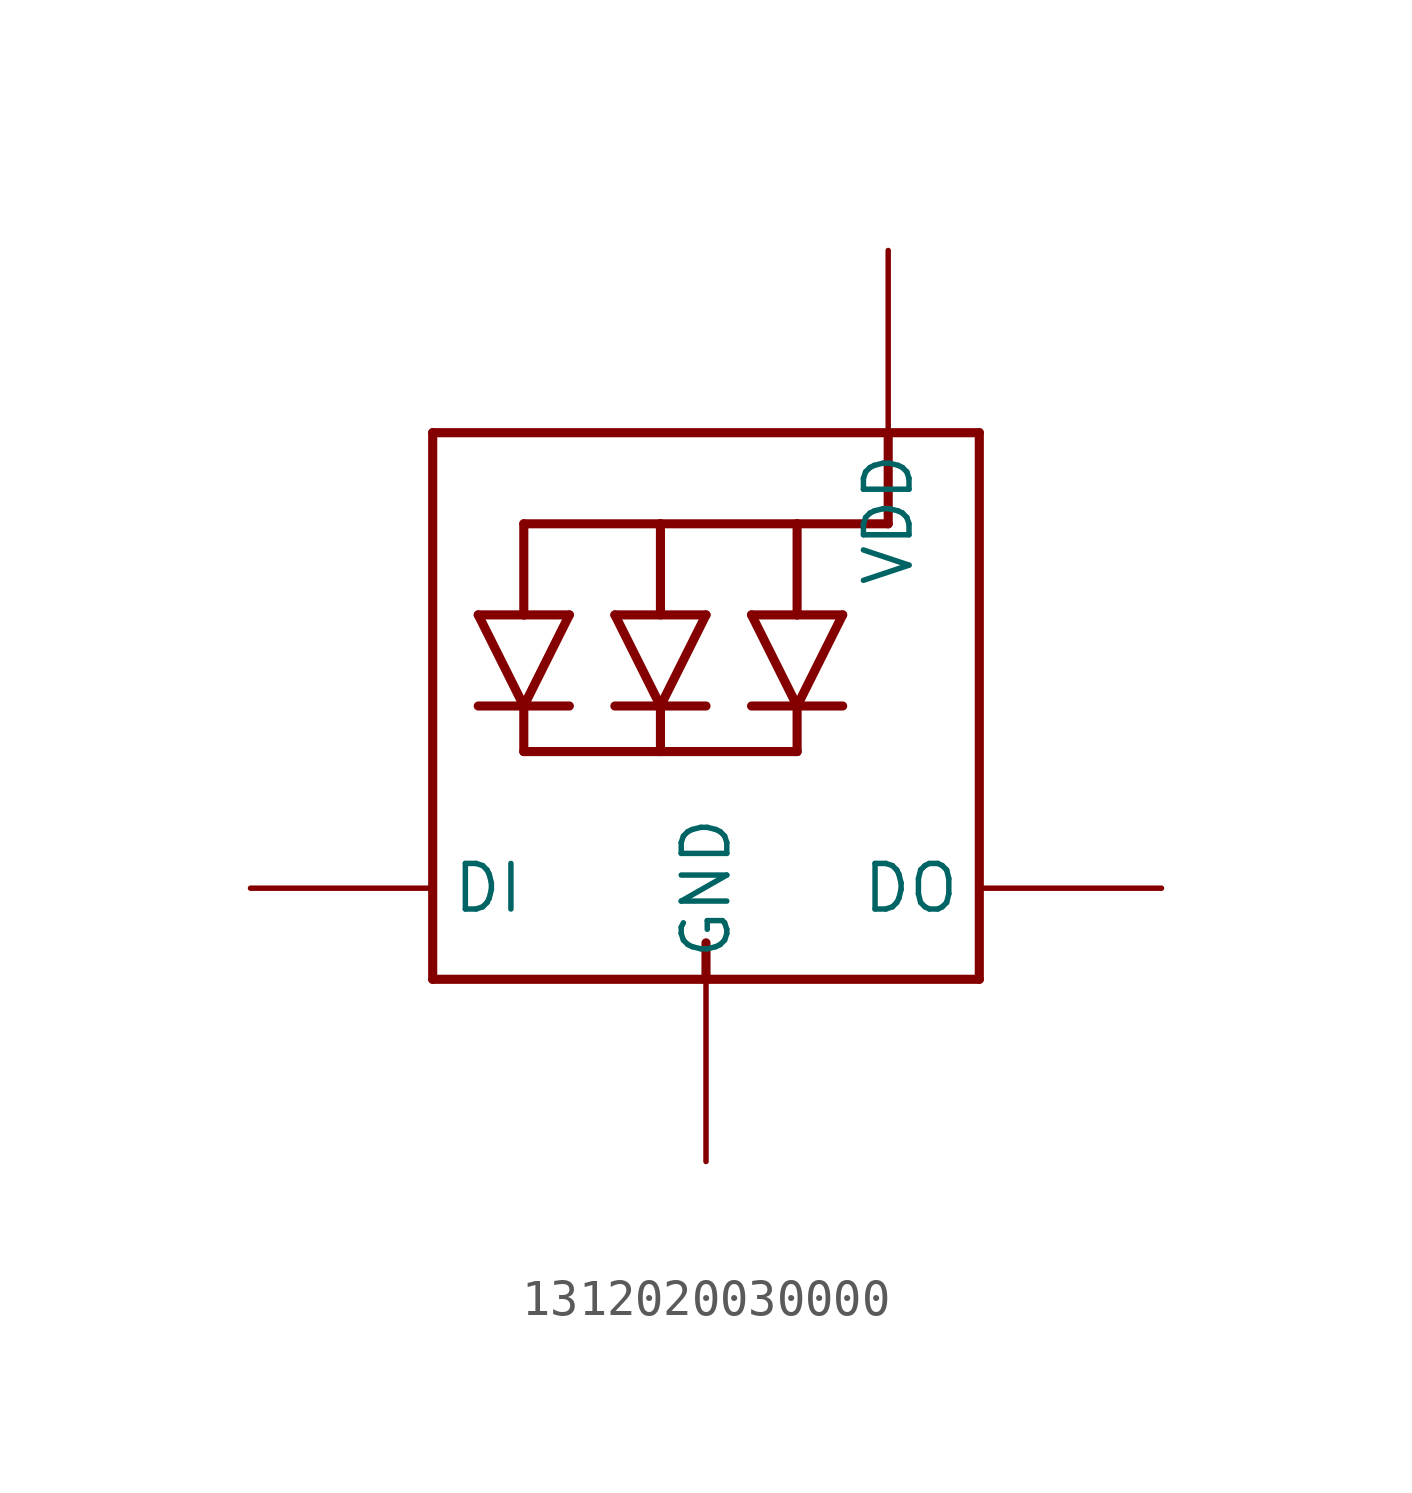
<source format=kicad_sym>
(kicad_symbol_lib
  (version 20231120)
  (generator "kicad_symbol_editor")
  (generator_version "8.0")
  (symbol "1312020030000"
    (property "Reference" ""
      (at -5.08 12.7 0)
      (effects (font (size 1.778 1.511)) (justify left bottom) (hide yes)))
    (property "ki_locked" ""
      (at 0 0 0)
      (effects (font (size 1.27 1.27))))
    (symbol "1312020030000_1_0"
      (polyline (pts (xy -7.62 -5.08) (xy 0 -5.08)) (stroke (width 0.254) (type solid)) (fill (type none)))
      (polyline (pts (xy -7.62 10.16) (xy -7.62 -5.08)) (stroke (width 0.254) (type solid)) (fill (type none)))
      (polyline (pts (xy -6.35 2.54) (xy -5.08 2.54)) (stroke (width 0.254) (type solid)) (fill (type none)))
      (polyline (pts (xy -6.35 5.08) (xy -5.08 5.08)) (stroke (width 0.254) (type solid)) (fill (type none)))
      (polyline (pts (xy -5.08 2.54) (xy -6.35 5.08)) (stroke (width 0.254) (type solid)) (fill (type none)))
      (polyline (pts (xy -5.08 2.54) (xy -5.08 1.27)) (stroke (width 0.254) (type solid)) (fill (type none)))
      (polyline (pts (xy -5.08 2.54) (xy -3.81 5.08)) (stroke (width 0.254) (type solid)) (fill (type none)))
      (polyline (pts (xy -5.08 5.08) (xy -3.81 5.08)) (stroke (width 0.254) (type solid)) (fill (type none)))
      (polyline (pts (xy -5.08 7.62) (xy -5.08 5.08)) (stroke (width 0.254) (type solid)) (fill (type none)))
      (polyline (pts (xy -3.81 2.54) (xy -5.08 2.54)) (stroke (width 0.254) (type solid)) (fill (type none)))
      (polyline (pts (xy -2.54 2.54) (xy -1.27 2.54)) (stroke (width 0.254) (type solid)) (fill (type none)))
      (polyline (pts (xy -2.54 5.08) (xy 0 5.08)) (stroke (width 0.254) (type solid)) (fill (type none)))
      (polyline (pts (xy -1.27 1.27) (xy -5.08 1.27)) (stroke (width 0.254) (type solid)) (fill (type none)))
      (polyline (pts (xy -1.27 2.54) (xy -2.54 5.08)) (stroke (width 0.254) (type solid)) (fill (type none)))
      (polyline (pts (xy -1.27 2.54) (xy -1.27 1.27)) (stroke (width 0.254) (type solid)) (fill (type none)))
      (polyline (pts (xy -1.27 2.54) (xy 0 2.54)) (stroke (width 0.254) (type solid)) (fill (type none)))
      (polyline (pts (xy -1.27 5.08) (xy -1.27 7.62)) (stroke (width 0.254) (type solid)) (fill (type none)))
      (polyline (pts (xy -1.27 7.62) (xy -5.08 7.62)) (stroke (width 0.254) (type solid)) (fill (type none)))
      (polyline (pts (xy 0 -5.08) (xy 7.62 -5.08)) (stroke (width 0.254) (type solid)) (fill (type none)))
      (polyline (pts (xy 0 -4.064) (xy 0 -5.08)) (stroke (width 0.254) (type solid)) (fill (type none)))
      (polyline (pts (xy 0 5.08) (xy -1.27 2.54)) (stroke (width 0.254) (type solid)) (fill (type none)))
      (polyline (pts (xy 1.27 5.08) (xy 2.54 2.54)) (stroke (width 0.254) (type solid)) (fill (type none)))
      (polyline (pts (xy 1.27 5.08) (xy 2.54 5.08)) (stroke (width 0.254) (type solid)) (fill (type none)))
      (polyline (pts (xy 2.54 1.27) (xy -1.27 1.27)) (stroke (width 0.254) (type solid)) (fill (type none)))
      (polyline (pts (xy 2.54 2.54) (xy 1.27 2.54)) (stroke (width 0.254) (type solid)) (fill (type none)))
      (polyline (pts (xy 2.54 2.54) (xy 2.54 1.27)) (stroke (width 0.254) (type solid)) (fill (type none)))
      (polyline (pts (xy 2.54 2.54) (xy 3.81 2.54)) (stroke (width 0.254) (type solid)) (fill (type none)))
      (polyline (pts (xy 2.54 2.54) (xy 3.81 5.08)) (stroke (width 0.254) (type solid)) (fill (type none)))
      (polyline (pts (xy 2.54 5.08) (xy 2.54 7.62)) (stroke (width 0.254) (type solid)) (fill (type none)))
      (polyline (pts (xy 2.54 7.62) (xy -1.27 7.62)) (stroke (width 0.254) (type solid)) (fill (type none)))
      (polyline (pts (xy 2.54 7.62) (xy 5.08 7.62)) (stroke (width 0.254) (type solid)) (fill (type none)))
      (polyline (pts (xy 3.81 5.08) (xy 2.54 5.08)) (stroke (width 0.254) (type solid)) (fill (type none)))
      (polyline (pts (xy 5.08 10.16) (xy -7.62 10.16)) (stroke (width 0.254) (type solid)) (fill (type none)))
      (polyline (pts (xy 5.08 10.16) (xy 5.08 7.62)) (stroke (width 0.254) (type solid)) (fill (type none)))
      (polyline (pts (xy 7.62 -5.08) (xy 7.62 10.16)) (stroke (width 0.254) (type solid)) (fill (type none)))
      (polyline (pts (xy 7.62 10.16) (xy 5.08 10.16)) (stroke (width 0.254) (type solid)) (fill (type none)))
      (pin output line (at 12.7 -2.54 180) (length 5.08) (name "DO" (effects (font (size 1.27 1.27)))) (number "1-DOUT" (effects (font (size 0 0)))))
      (pin power_in line (at 5.08 15.24 270) (length 5.08) (name "VDD" (effects (font (size 1.27 1.27)))) (number "2-VDD" (effects (font (size 0 0)))))
      (pin input line (at -12.7 -2.54 0) (length 5.08) (name "DI" (effects (font (size 1.27 1.27)))) (number "3-DIN" (effects (font (size 0 0)))))
      (pin power_in line (at 0 -10.16 90) (length 5.08) (name "GND" (effects (font (size 1.27 1.27)))) (number "4-GND" (effects (font (size 0 0))))))))
</source>
